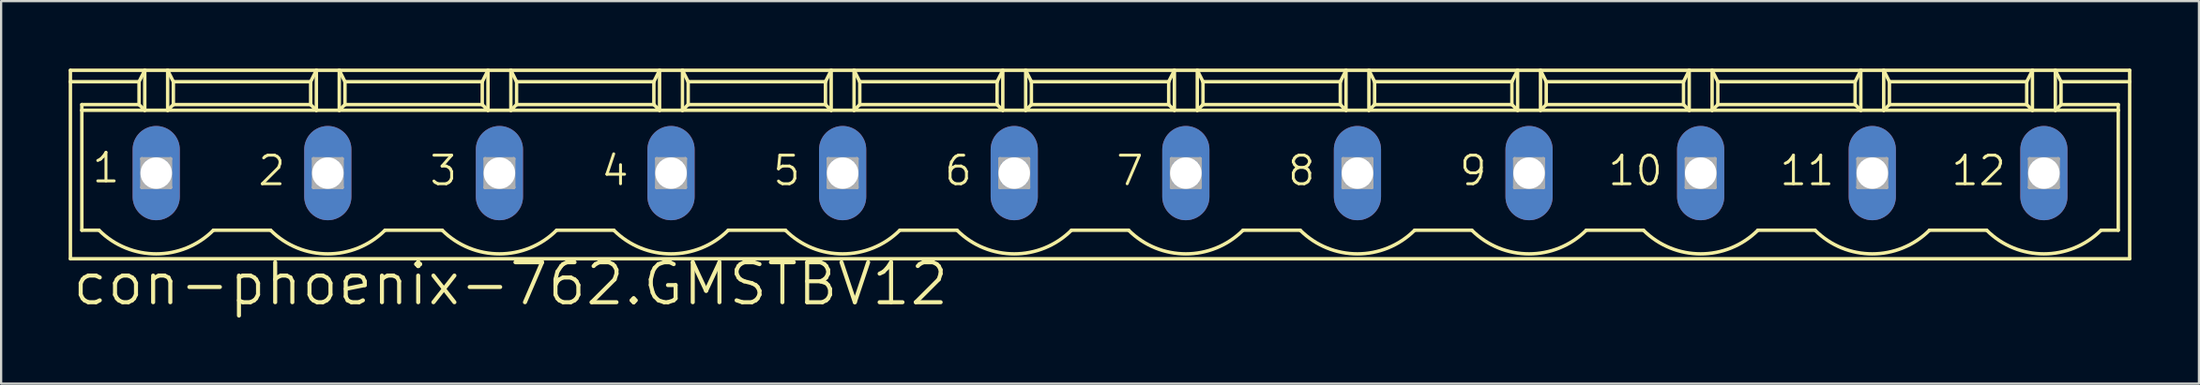
<source format=kicad_pcb>
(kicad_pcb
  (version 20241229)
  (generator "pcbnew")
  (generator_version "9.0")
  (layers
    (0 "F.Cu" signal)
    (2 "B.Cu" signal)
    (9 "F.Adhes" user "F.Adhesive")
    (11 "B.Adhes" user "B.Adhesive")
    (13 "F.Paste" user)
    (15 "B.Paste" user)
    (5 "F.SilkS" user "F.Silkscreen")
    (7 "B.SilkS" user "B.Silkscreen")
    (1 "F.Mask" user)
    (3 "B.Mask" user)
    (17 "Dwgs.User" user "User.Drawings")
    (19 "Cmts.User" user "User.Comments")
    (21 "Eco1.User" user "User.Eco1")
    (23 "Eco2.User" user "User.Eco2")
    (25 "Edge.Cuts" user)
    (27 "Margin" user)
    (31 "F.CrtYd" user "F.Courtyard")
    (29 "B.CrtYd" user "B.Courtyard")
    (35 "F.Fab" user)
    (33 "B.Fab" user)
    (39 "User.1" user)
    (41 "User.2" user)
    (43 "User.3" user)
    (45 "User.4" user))
  (footprint "con-phoenix-762.GMSTBV12"
    (layer "F.Cu")
    (at 45.796 4.648)
    (property "Reference" "con-phoenix-762.GMSTBV12" (at -45.72 5.969 0) (layer "F.SilkS") (effects (font (size 1.778 1.778) (thickness 0.18)) (justify left bottom)))
    (attr through_hole)
    (fp_line (start -45.72 -4.572) (end -42.418 -4.572) (stroke (width 0.152) (type default)) (layer "F.SilkS"))
    (fp_line (start -45.72 -4.064) (end -45.72 -4.572) (stroke (width 0.152) (type default)) (layer "F.SilkS"))
    (fp_line (start -45.72 -4.064) (end -42.672 -4.064) (stroke (width 0.152) (type default)) (layer "F.SilkS"))
    (fp_line (start -45.72 3.81) (end -45.72 -4.064) (stroke (width 0.152) (type default)) (layer "F.SilkS"))
    (fp_line (start -45.212 -3.048) (end -42.672 -3.048) (stroke (width 0.152) (type default)) (layer "F.SilkS"))
    (fp_line (start -45.212 -2.794) (end -45.212 -3.048) (stroke (width 0.152) (type default)) (layer "F.SilkS"))
    (fp_line (start -45.212 -2.794) (end -42.418 -2.794) (stroke (width 0.152) (type default)) (layer "F.SilkS"))
    (fp_line (start -45.212 2.54) (end -45.212 -2.794) (stroke (width 0.152) (type default)) (layer "F.SilkS"))
    (fp_line (start -44.45 2.54) (end -45.212 2.54) (stroke (width 0.152) (type default)) (layer "F.SilkS"))
    (fp_line (start -42.672 -4.064) (end -42.418 -4.572) (stroke (width 0.152) (type default)) (layer "F.SilkS"))
    (fp_line (start -42.672 -3.048) (end -42.672 -4.064) (stroke (width 0.152) (type default)) (layer "F.SilkS"))
    (fp_line (start -42.672 -3.048) (end -42.418 -2.794) (stroke (width 0.152) (type default)) (layer "F.SilkS"))
    (fp_line (start -42.418 -4.572) (end -41.402 -4.572) (stroke (width 0.152) (type default)) (layer "F.SilkS"))
    (fp_line (start -42.418 -2.794) (end -42.418 -4.572) (stroke (width 0.152) (type default)) (layer "F.SilkS"))
    (fp_line (start -42.418 -2.794) (end -41.402 -2.794) (stroke (width 0.152) (type default)) (layer "F.SilkS"))
    (fp_line (start -41.402 -4.572) (end -41.148 -4.064) (stroke (width 0.152) (type default)) (layer "F.SilkS"))
    (fp_line (start -41.402 -4.572) (end -34.798 -4.572) (stroke (width 0.152) (type default)) (layer "F.SilkS"))
    (fp_line (start -41.402 -2.794) (end -41.402 -4.572) (stroke (width 0.152) (type default)) (layer "F.SilkS"))
    (fp_line (start -41.402 -2.794) (end -34.798 -2.794) (stroke (width 0.152) (type default)) (layer "F.SilkS"))
    (fp_line (start -41.148 -4.064) (end -41.148 -3.048) (stroke (width 0.152) (type default)) (layer "F.SilkS"))
    (fp_line (start -41.148 -4.064) (end -35.052 -4.064) (stroke (width 0.152) (type default)) (layer "F.SilkS"))
    (fp_line (start -41.148 -3.048) (end -41.402 -2.794) (stroke (width 0.152) (type default)) (layer "F.SilkS"))
    (fp_line (start -36.83 2.54) (end -39.37 2.54) (stroke (width 0.152) (type default)) (layer "F.SilkS"))
    (fp_line (start -35.052 -4.064) (end -35.052 -3.048) (stroke (width 0.152) (type default)) (layer "F.SilkS"))
    (fp_line (start -35.052 -4.064) (end -34.798 -4.572) (stroke (width 0.152) (type default)) (layer "F.SilkS"))
    (fp_line (start -35.052 -3.048) (end -41.148 -3.048) (stroke (width 0.152) (type default)) (layer "F.SilkS"))
    (fp_line (start -35.052 -3.048) (end -34.798 -2.794) (stroke (width 0.152) (type default)) (layer "F.SilkS"))
    (fp_line (start -34.798 -4.572) (end -33.782 -4.572) (stroke (width 0.152) (type default)) (layer "F.SilkS"))
    (fp_line (start -34.798 -2.794) (end -34.798 -4.572) (stroke (width 0.152) (type default)) (layer "F.SilkS"))
    (fp_line (start -34.798 -2.794) (end -33.782 -2.794) (stroke (width 0.152) (type default)) (layer "F.SilkS"))
    (fp_line (start -33.782 -4.572) (end -33.528 -4.064) (stroke (width 0.152) (type default)) (layer "F.SilkS"))
    (fp_line (start -33.782 -4.572) (end -27.178 -4.572) (stroke (width 0.152) (type default)) (layer "F.SilkS"))
    (fp_line (start -33.782 -2.794) (end -33.782 -4.572) (stroke (width 0.152) (type default)) (layer "F.SilkS"))
    (fp_line (start -33.782 -2.794) (end -27.178 -2.794) (stroke (width 0.152) (type default)) (layer "F.SilkS"))
    (fp_line (start -33.528 -4.064) (end -33.528 -3.048) (stroke (width 0.152) (type default)) (layer "F.SilkS"))
    (fp_line (start -33.528 -4.064) (end -27.432 -4.064) (stroke (width 0.152) (type default)) (layer "F.SilkS"))
    (fp_line (start -33.528 -3.048) (end -33.782 -2.794) (stroke (width 0.152) (type default)) (layer "F.SilkS"))
    (fp_line (start -33.528 -3.048) (end -27.432 -3.048) (stroke (width 0.152) (type default)) (layer "F.SilkS"))
    (fp_line (start -29.21 2.54) (end -31.75 2.54) (stroke (width 0.152) (type default)) (layer "F.SilkS"))
    (fp_line (start -27.432 -4.064) (end -27.178 -4.572) (stroke (width 0.152) (type default)) (layer "F.SilkS"))
    (fp_line (start -27.432 -3.048) (end -27.432 -4.064) (stroke (width 0.152) (type default)) (layer "F.SilkS"))
    (fp_line (start -27.432 -3.048) (end -27.178 -2.794) (stroke (width 0.152) (type default)) (layer "F.SilkS"))
    (fp_line (start -27.178 -4.572) (end -26.162 -4.572) (stroke (width 0.152) (type default)) (layer "F.SilkS"))
    (fp_line (start -27.178 -2.794) (end -27.178 -4.572) (stroke (width 0.152) (type default)) (layer "F.SilkS"))
    (fp_line (start -27.178 -2.794) (end -26.162 -2.794) (stroke (width 0.152) (type default)) (layer "F.SilkS"))
    (fp_line (start -26.162 -4.572) (end -25.908 -4.064) (stroke (width 0.152) (type default)) (layer "F.SilkS"))
    (fp_line (start -26.162 -4.572) (end -19.558 -4.572) (stroke (width 0.152) (type default)) (layer "F.SilkS"))
    (fp_line (start -26.162 -2.794) (end -26.162 -4.572) (stroke (width 0.152) (type default)) (layer "F.SilkS"))
    (fp_line (start -26.162 -2.794) (end -19.558 -2.794) (stroke (width 0.152) (type default)) (layer "F.SilkS"))
    (fp_line (start -25.908 -4.064) (end -25.908 -3.048) (stroke (width 0.152) (type default)) (layer "F.SilkS"))
    (fp_line (start -25.908 -4.064) (end -19.812 -4.064) (stroke (width 0.152) (type default)) (layer "F.SilkS"))
    (fp_line (start -25.908 -3.048) (end -26.162 -2.794) (stroke (width 0.152) (type default)) (layer "F.SilkS"))
    (fp_line (start -21.59 2.54) (end -24.13 2.54) (stroke (width 0.152) (type default)) (layer "F.SilkS"))
    (fp_line (start -19.812 -4.064) (end -19.812 -3.048) (stroke (width 0.152) (type default)) (layer "F.SilkS"))
    (fp_line (start -19.812 -4.064) (end -19.558 -4.572) (stroke (width 0.152) (type default)) (layer "F.SilkS"))
    (fp_line (start -19.812 -3.048) (end -25.908 -3.048) (stroke (width 0.152) (type default)) (layer "F.SilkS"))
    (fp_line (start -19.812 -3.048) (end -19.558 -2.794) (stroke (width 0.152) (type default)) (layer "F.SilkS"))
    (fp_line (start -19.558 -4.572) (end -18.542 -4.572) (stroke (width 0.152) (type default)) (layer "F.SilkS"))
    (fp_line (start -19.558 -2.794) (end -19.558 -4.572) (stroke (width 0.152) (type default)) (layer "F.SilkS"))
    (fp_line (start -19.558 -2.794) (end -18.542 -2.794) (stroke (width 0.152) (type default)) (layer "F.SilkS"))
    (fp_line (start -18.542 -4.572) (end -18.288 -4.064) (stroke (width 0.152) (type default)) (layer "F.SilkS"))
    (fp_line (start -18.542 -4.572) (end -11.938 -4.572) (stroke (width 0.152) (type default)) (layer "F.SilkS"))
    (fp_line (start -18.542 -2.794) (end -18.542 -4.572) (stroke (width 0.152) (type default)) (layer "F.SilkS"))
    (fp_line (start -18.542 -2.794) (end -11.938 -2.794) (stroke (width 0.152) (type default)) (layer "F.SilkS"))
    (fp_line (start -18.288 -4.064) (end -18.288 -3.048) (stroke (width 0.152) (type default)) (layer "F.SilkS"))
    (fp_line (start -18.288 -4.064) (end -12.192 -4.064) (stroke (width 0.152) (type default)) (layer "F.SilkS"))
    (fp_line (start -18.288 -3.048) (end -18.542 -2.794) (stroke (width 0.152) (type default)) (layer "F.SilkS"))
    (fp_line (start -18.288 -3.048) (end -12.192 -3.048) (stroke (width 0.152) (type default)) (layer "F.SilkS"))
    (fp_line (start -13.97 2.54) (end -16.51 2.54) (stroke (width 0.152) (type default)) (layer "F.SilkS"))
    (fp_line (start -12.192 -4.064) (end -12.192 -3.048) (stroke (width 0.152) (type default)) (layer "F.SilkS"))
    (fp_line (start -12.192 -4.064) (end -11.938 -4.572) (stroke (width 0.152) (type default)) (layer "F.SilkS"))
    (fp_line (start -12.192 -3.048) (end -11.938 -2.794) (stroke (width 0.152) (type default)) (layer "F.SilkS"))
    (fp_line (start -11.938 -4.572) (end -10.922 -4.572) (stroke (width 0.152) (type default)) (layer "F.SilkS"))
    (fp_line (start -11.938 -2.794) (end -11.938 -4.572) (stroke (width 0.152) (type default)) (layer "F.SilkS"))
    (fp_line (start -11.938 -2.794) (end -10.922 -2.794) (stroke (width 0.152) (type default)) (layer "F.SilkS"))
    (fp_line (start -10.922 -4.572) (end -10.668 -4.064) (stroke (width 0.152) (type default)) (layer "F.SilkS"))
    (fp_line (start -10.922 -4.572) (end -4.318 -4.572) (stroke (width 0.152) (type default)) (layer "F.SilkS"))
    (fp_line (start -10.922 -2.794) (end -10.922 -4.572) (stroke (width 0.152) (type default)) (layer "F.SilkS"))
    (fp_line (start -10.922 -2.794) (end -4.318 -2.794) (stroke (width 0.152) (type default)) (layer "F.SilkS"))
    (fp_line (start -10.668 -4.064) (end -10.668 -3.048) (stroke (width 0.152) (type default)) (layer "F.SilkS"))
    (fp_line (start -10.668 -4.064) (end -4.572 -4.064) (stroke (width 0.152) (type default)) (layer "F.SilkS"))
    (fp_line (start -10.668 -3.048) (end -10.922 -2.794) (stroke (width 0.152) (type default)) (layer "F.SilkS"))
    (fp_line (start -10.668 -3.048) (end -4.572 -3.048) (stroke (width 0.152) (type default)) (layer "F.SilkS"))
    (fp_line (start -6.35 2.54) (end -8.89 2.54) (stroke (width 0.152) (type default)) (layer "F.SilkS"))
    (fp_line (start -4.572 -4.064) (end -4.572 -3.048) (stroke (width 0.152) (type default)) (layer "F.SilkS"))
    (fp_line (start -4.572 -4.064) (end -4.318 -4.572) (stroke (width 0.152) (type default)) (layer "F.SilkS"))
    (fp_line (start -4.572 -3.048) (end -4.318 -2.794) (stroke (width 0.152) (type default)) (layer "F.SilkS"))
    (fp_line (start -4.318 -4.572) (end -3.302 -4.572) (stroke (width 0.152) (type default)) (layer "F.SilkS"))
    (fp_line (start -4.318 -2.794) (end -4.318 -4.572) (stroke (width 0.152) (type default)) (layer "F.SilkS"))
    (fp_line (start -4.318 -2.794) (end -3.302 -2.794) (stroke (width 0.152) (type default)) (layer "F.SilkS"))
    (fp_line (start -3.302 -4.572) (end -3.048 -4.064) (stroke (width 0.152) (type default)) (layer "F.SilkS"))
    (fp_line (start -3.302 -4.572) (end 3.302 -4.572) (stroke (width 0.152) (type default)) (layer "F.SilkS"))
    (fp_line (start -3.302 -2.794) (end -3.302 -4.572) (stroke (width 0.152) (type default)) (layer "F.SilkS"))
    (fp_line (start -3.302 -2.794) (end 3.302 -2.794) (stroke (width 0.152) (type default)) (layer "F.SilkS"))
    (fp_line (start -3.048 -4.064) (end -3.048 -3.048) (stroke (width 0.152) (type default)) (layer "F.SilkS"))
    (fp_line (start -3.048 -4.064) (end 3.048 -4.064) (stroke (width 0.152) (type default)) (layer "F.SilkS"))
    (fp_line (start -3.048 -3.048) (end -3.302 -2.794) (stroke (width 0.152) (type default)) (layer "F.SilkS"))
    (fp_line (start -3.048 -3.048) (end 3.048 -3.048) (stroke (width 0.152) (type default)) (layer "F.SilkS"))
    (fp_line (start 1.27 2.54) (end -1.27 2.54) (stroke (width 0.152) (type default)) (layer "F.SilkS"))
    (fp_line (start 3.048 -4.064) (end 3.048 -3.048) (stroke (width 0.152) (type default)) (layer "F.SilkS"))
    (fp_line (start 3.048 -4.064) (end 3.302 -4.572) (stroke (width 0.152) (type default)) (layer "F.SilkS"))
    (fp_line (start 3.048 -3.048) (end 3.302 -2.794) (stroke (width 0.152) (type default)) (layer "F.SilkS"))
    (fp_line (start 3.302 -4.572) (end 4.318 -4.572) (stroke (width 0.152) (type default)) (layer "F.SilkS"))
    (fp_line (start 3.302 -2.794) (end 3.302 -4.572) (stroke (width 0.152) (type default)) (layer "F.SilkS"))
    (fp_line (start 3.302 -2.794) (end 4.318 -2.794) (stroke (width 0.152) (type default)) (layer "F.SilkS"))
    (fp_line (start 4.318 -4.572) (end 4.572 -4.064) (stroke (width 0.152) (type default)) (layer "F.SilkS"))
    (fp_line (start 4.318 -4.572) (end 10.922 -4.572) (stroke (width 0.152) (type default)) (layer "F.SilkS"))
    (fp_line (start 4.318 -2.794) (end 4.318 -4.572) (stroke (width 0.152) (type default)) (layer "F.SilkS"))
    (fp_line (start 4.318 -2.794) (end 10.922 -2.794) (stroke (width 0.152) (type default)) (layer "F.SilkS"))
    (fp_line (start 4.572 -4.064) (end 4.572 -3.048) (stroke (width 0.152) (type default)) (layer "F.SilkS"))
    (fp_line (start 4.572 -4.064) (end 10.668 -4.064) (stroke (width 0.152) (type default)) (layer "F.SilkS"))
    (fp_line (start 4.572 -3.048) (end 4.318 -2.794) (stroke (width 0.152) (type default)) (layer "F.SilkS"))
    (fp_line (start 4.572 -3.048) (end 10.668 -3.048) (stroke (width 0.152) (type default)) (layer "F.SilkS"))
    (fp_line (start 8.89 2.54) (end 6.35 2.54) (stroke (width 0.152) (type default)) (layer "F.SilkS"))
    (fp_line (start 10.668 -4.064) (end 10.668 -3.048) (stroke (width 0.152) (type default)) (layer "F.SilkS"))
    (fp_line (start 10.668 -4.064) (end 10.922 -4.572) (stroke (width 0.152) (type default)) (layer "F.SilkS"))
    (fp_line (start 10.668 -3.048) (end 10.922 -2.794) (stroke (width 0.152) (type default)) (layer "F.SilkS"))
    (fp_line (start 10.922 -4.572) (end 11.938 -4.572) (stroke (width 0.152) (type default)) (layer "F.SilkS"))
    (fp_line (start 10.922 -2.794) (end 10.922 -4.572) (stroke (width 0.152) (type default)) (layer "F.SilkS"))
    (fp_line (start 10.922 -2.794) (end 11.938 -2.794) (stroke (width 0.152) (type default)) (layer "F.SilkS"))
    (fp_line (start 11.938 -4.572) (end 12.192 -4.064) (stroke (width 0.152) (type default)) (layer "F.SilkS"))
    (fp_line (start 11.938 -4.572) (end 18.542 -4.572) (stroke (width 0.152) (type default)) (layer "F.SilkS"))
    (fp_line (start 11.938 -2.794) (end 11.938 -4.572) (stroke (width 0.152) (type default)) (layer "F.SilkS"))
    (fp_line (start 11.938 -2.794) (end 18.542 -2.794) (stroke (width 0.152) (type default)) (layer "F.SilkS"))
    (fp_line (start 12.192 -4.064) (end 12.192 -3.048) (stroke (width 0.152) (type default)) (layer "F.SilkS"))
    (fp_line (start 12.192 -4.064) (end 18.288 -4.064) (stroke (width 0.152) (type default)) (layer "F.SilkS"))
    (fp_line (start 12.192 -3.048) (end 11.938 -2.794) (stroke (width 0.152) (type default)) (layer "F.SilkS"))
    (fp_line (start 12.192 -3.048) (end 18.288 -3.048) (stroke (width 0.152) (type default)) (layer "F.SilkS"))
    (fp_line (start 16.51 2.54) (end 13.97 2.54) (stroke (width 0.152) (type default)) (layer "F.SilkS"))
    (fp_line (start 18.288 -4.064) (end 18.288 -3.048) (stroke (width 0.152) (type default)) (layer "F.SilkS"))
    (fp_line (start 18.288 -4.064) (end 18.542 -4.572) (stroke (width 0.152) (type default)) (layer "F.SilkS"))
    (fp_line (start 18.288 -3.048) (end 18.542 -2.794) (stroke (width 0.152) (type default)) (layer "F.SilkS"))
    (fp_line (start 18.542 -4.572) (end 19.558 -4.572) (stroke (width 0.152) (type default)) (layer "F.SilkS"))
    (fp_line (start 18.542 -2.794) (end 18.542 -4.572) (stroke (width 0.152) (type default)) (layer "F.SilkS"))
    (fp_line (start 18.542 -2.794) (end 19.558 -2.794) (stroke (width 0.152) (type default)) (layer "F.SilkS"))
    (fp_line (start 19.558 -4.572) (end 19.812 -4.064) (stroke (width 0.152) (type default)) (layer "F.SilkS"))
    (fp_line (start 19.558 -4.572) (end 26.162 -4.572) (stroke (width 0.152) (type default)) (layer "F.SilkS"))
    (fp_line (start 19.558 -2.794) (end 19.558 -4.572) (stroke (width 0.152) (type default)) (layer "F.SilkS"))
    (fp_line (start 19.558 -2.794) (end 26.162 -2.794) (stroke (width 0.152) (type default)) (layer "F.SilkS"))
    (fp_line (start 19.812 -4.064) (end 19.812 -3.048) (stroke (width 0.152) (type default)) (layer "F.SilkS"))
    (fp_line (start 19.812 -4.064) (end 25.908 -4.064) (stroke (width 0.152) (type default)) (layer "F.SilkS"))
    (fp_line (start 19.812 -3.048) (end 19.558 -2.794) (stroke (width 0.152) (type default)) (layer "F.SilkS"))
    (fp_line (start 19.812 -3.048) (end 25.908 -3.048) (stroke (width 0.152) (type default)) (layer "F.SilkS"))
    (fp_line (start 24.13 2.54) (end 21.59 2.54) (stroke (width 0.152) (type default)) (layer "F.SilkS"))
    (fp_line (start 25.908 -4.064) (end 25.908 -3.048) (stroke (width 0.152) (type default)) (layer "F.SilkS"))
    (fp_line (start 25.908 -4.064) (end 26.162 -4.572) (stroke (width 0.152) (type default)) (layer "F.SilkS"))
    (fp_line (start 25.908 -3.048) (end 26.162 -2.794) (stroke (width 0.152) (type default)) (layer "F.SilkS"))
    (fp_line (start 26.162 -4.572) (end 27.178 -4.572) (stroke (width 0.152) (type default)) (layer "F.SilkS"))
    (fp_line (start 26.162 -2.794) (end 26.162 -4.572) (stroke (width 0.152) (type default)) (layer "F.SilkS"))
    (fp_line (start 26.162 -2.794) (end 27.178 -2.794) (stroke (width 0.152) (type default)) (layer "F.SilkS"))
    (fp_line (start 27.178 -4.572) (end 27.432 -4.064) (stroke (width 0.152) (type default)) (layer "F.SilkS"))
    (fp_line (start 27.178 -4.572) (end 33.782 -4.572) (stroke (width 0.152) (type default)) (layer "F.SilkS"))
    (fp_line (start 27.178 -2.794) (end 27.178 -4.572) (stroke (width 0.152) (type default)) (layer "F.SilkS"))
    (fp_line (start 27.178 -2.794) (end 33.782 -2.794) (stroke (width 0.152) (type default)) (layer "F.SilkS"))
    (fp_line (start 27.432 -4.064) (end 27.432 -3.048) (stroke (width 0.152) (type default)) (layer "F.SilkS"))
    (fp_line (start 27.432 -4.064) (end 33.528 -4.064) (stroke (width 0.152) (type default)) (layer "F.SilkS"))
    (fp_line (start 27.432 -3.048) (end 27.178 -2.794) (stroke (width 0.152) (type default)) (layer "F.SilkS"))
    (fp_line (start 27.432 -3.048) (end 33.528 -3.048) (stroke (width 0.152) (type default)) (layer "F.SilkS"))
    (fp_line (start 31.75 2.54) (end 29.21 2.54) (stroke (width 0.152) (type default)) (layer "F.SilkS"))
    (fp_line (start 33.528 -4.064) (end 33.528 -3.048) (stroke (width 0.152) (type default)) (layer "F.SilkS"))
    (fp_line (start 33.528 -4.064) (end 33.782 -4.572) (stroke (width 0.152) (type default)) (layer "F.SilkS"))
    (fp_line (start 33.528 -3.048) (end 33.782 -2.794) (stroke (width 0.152) (type default)) (layer "F.SilkS"))
    (fp_line (start 33.782 -4.572) (end 34.798 -4.572) (stroke (width 0.152) (type default)) (layer "F.SilkS"))
    (fp_line (start 33.782 -2.794) (end 33.782 -4.572) (stroke (width 0.152) (type default)) (layer "F.SilkS"))
    (fp_line (start 33.782 -2.794) (end 34.798 -2.794) (stroke (width 0.152) (type default)) (layer "F.SilkS"))
    (fp_line (start 34.798 -4.572) (end 35.052 -4.064) (stroke (width 0.152) (type default)) (layer "F.SilkS"))
    (fp_line (start 34.798 -4.572) (end 41.402 -4.572) (stroke (width 0.152) (type default)) (layer "F.SilkS"))
    (fp_line (start 34.798 -2.794) (end 34.798 -4.572) (stroke (width 0.152) (type default)) (layer "F.SilkS"))
    (fp_line (start 34.798 -2.794) (end 41.402 -2.794) (stroke (width 0.152) (type default)) (layer "F.SilkS"))
    (fp_line (start 35.052 -4.064) (end 35.052 -3.048) (stroke (width 0.152) (type default)) (layer "F.SilkS"))
    (fp_line (start 35.052 -4.064) (end 41.148 -4.064) (stroke (width 0.152) (type default)) (layer "F.SilkS"))
    (fp_line (start 35.052 -3.048) (end 34.798 -2.794) (stroke (width 0.152) (type default)) (layer "F.SilkS"))
    (fp_line (start 35.052 -3.048) (end 41.148 -3.048) (stroke (width 0.152) (type default)) (layer "F.SilkS"))
    (fp_line (start 39.37 2.54) (end 36.83 2.54) (stroke (width 0.152) (type default)) (layer "F.SilkS"))
    (fp_line (start 41.148 -4.064) (end 41.148 -3.048) (stroke (width 0.152) (type default)) (layer "F.SilkS"))
    (fp_line (start 41.148 -4.064) (end 41.402 -4.572) (stroke (width 0.152) (type default)) (layer "F.SilkS"))
    (fp_line (start 41.148 -3.048) (end 41.402 -2.794) (stroke (width 0.152) (type default)) (layer "F.SilkS"))
    (fp_line (start 41.402 -4.572) (end 42.418 -4.572) (stroke (width 0.152) (type default)) (layer "F.SilkS"))
    (fp_line (start 41.402 -2.794) (end 41.402 -4.572) (stroke (width 0.152) (type default)) (layer "F.SilkS"))
    (fp_line (start 41.402 -2.794) (end 42.418 -2.794) (stroke (width 0.152) (type default)) (layer "F.SilkS"))
    (fp_line (start 42.418 -4.572) (end 42.672 -4.064) (stroke (width 0.152) (type default)) (layer "F.SilkS"))
    (fp_line (start 42.418 -4.572) (end 45.72 -4.572) (stroke (width 0.152) (type default)) (layer "F.SilkS"))
    (fp_line (start 42.418 -2.794) (end 42.418 -4.572) (stroke (width 0.152) (type default)) (layer "F.SilkS"))
    (fp_line (start 42.418 -2.794) (end 45.212 -2.794) (stroke (width 0.152) (type default)) (layer "F.SilkS"))
    (fp_line (start 42.672 -4.064) (end 42.672 -3.048) (stroke (width 0.152) (type default)) (layer "F.SilkS"))
    (fp_line (start 42.672 -4.064) (end 45.72 -4.064) (stroke (width 0.152) (type default)) (layer "F.SilkS"))
    (fp_line (start 42.672 -3.048) (end 42.418 -2.794) (stroke (width 0.152) (type default)) (layer "F.SilkS"))
    (fp_line (start 42.672 -3.048) (end 45.212 -3.048) (stroke (width 0.152) (type default)) (layer "F.SilkS"))
    (fp_line (start 45.212 -3.048) (end 45.212 -2.794) (stroke (width 0.152) (type default)) (layer "F.SilkS"))
    (fp_line (start 45.212 -2.794) (end 45.212 2.54) (stroke (width 0.152) (type default)) (layer "F.SilkS"))
    (fp_line (start 45.212 2.54) (end 44.45 2.54) (stroke (width 0.152) (type default)) (layer "F.SilkS"))
    (fp_line (start 45.72 -4.064) (end 45.72 -4.572) (stroke (width 0.152) (type default)) (layer "F.SilkS"))
    (fp_line (start 45.72 3.81) (end -45.72 3.81) (stroke (width 0.152) (type default)) (layer "F.SilkS"))
    (fp_line (start 45.72 3.81) (end 45.72 -4.064) (stroke (width 0.152) (type default)) (layer "F.SilkS"))
    (fp_arc (start -39.37 2.54) (mid -41.91 3.592102) (end -44.45 2.54) (stroke (width 0.1524) (type default)) (layer "F.SilkS"))
    (fp_arc (start -31.75 2.54) (mid -34.29 3.592102) (end -36.83 2.54) (stroke (width 0.1524) (type default)) (layer "F.SilkS"))
    (fp_arc (start -24.13 2.54) (mid -26.67 3.592102) (end -29.21 2.54) (stroke (width 0.1524) (type default)) (layer "F.SilkS"))
    (fp_arc (start -16.51 2.54) (mid -19.05 3.592102) (end -21.59 2.54) (stroke (width 0.1524) (type default)) (layer "F.SilkS"))
    (fp_arc (start -8.89 2.54) (mid -11.43 3.592102) (end -13.97 2.54) (stroke (width 0.1524) (type default)) (layer "F.SilkS"))
    (fp_arc (start -1.27 2.54) (mid -3.81 3.592102) (end -6.35 2.54) (stroke (width 0.1524) (type default)) (layer "F.SilkS"))
    (fp_arc (start 6.35 2.54) (mid 3.81 3.592102) (end 1.27 2.54) (stroke (width 0.1524) (type default)) (layer "F.SilkS"))
    (fp_arc (start 13.97 2.54) (mid 11.43 3.592102) (end 8.89 2.54) (stroke (width 0.1524) (type default)) (layer "F.SilkS"))
    (fp_arc (start 21.59 2.54) (mid 19.05 3.592102) (end 16.51 2.54) (stroke (width 0.1524) (type default)) (layer "F.SilkS"))
    (fp_arc (start 29.21 2.54) (mid 26.67 3.592102) (end 24.13 2.54) (stroke (width 0.1524) (type default)) (layer "F.SilkS"))
    (fp_arc (start 36.83 2.54) (mid 34.29 3.592102) (end 31.75 2.54) (stroke (width 0.1524) (type default)) (layer "F.SilkS"))
    (fp_arc (start 44.45 2.54) (mid 41.91 3.592102) (end 39.37 2.54) (stroke (width 0.1524) (type default)) (layer "F.SilkS"))
    (fp_line (start -42.545 -0.635) (end -42.545 0.635) (stroke (width 0.152) (type default)) (layer "F.Fab"))
    (fp_line (start -42.545 -0.635) (end -41.275 0.635) (stroke (width 0.152) (type default)) (layer "F.Fab"))
    (fp_line (start -42.545 0.635) (end -41.275 -0.635) (stroke (width 0.152) (type default)) (layer "F.Fab"))
    (fp_line (start -42.545 0.635) (end -41.275 0.635) (stroke (width 0.152) (type default)) (layer "F.Fab"))
    (fp_line (start -41.275 -0.635) (end -42.545 -0.635) (stroke (width 0.152) (type default)) (layer "F.Fab"))
    (fp_line (start -41.275 0.635) (end -41.275 -0.635) (stroke (width 0.152) (type default)) (layer "F.Fab"))
    (fp_line (start -34.925 -0.635) (end -34.925 0.635) (stroke (width 0.152) (type default)) (layer "F.Fab"))
    (fp_line (start -34.925 -0.635) (end -33.655 0.635) (stroke (width 0.152) (type default)) (layer "F.Fab"))
    (fp_line (start -34.925 0.635) (end -33.655 -0.635) (stroke (width 0.152) (type default)) (layer "F.Fab"))
    (fp_line (start -34.925 0.635) (end -33.655 0.635) (stroke (width 0.152) (type default)) (layer "F.Fab"))
    (fp_line (start -33.655 -0.635) (end -34.925 -0.635) (stroke (width 0.152) (type default)) (layer "F.Fab"))
    (fp_line (start -33.655 0.635) (end -33.655 -0.635) (stroke (width 0.152) (type default)) (layer "F.Fab"))
    (fp_line (start -27.305 -0.635) (end -27.305 0.635) (stroke (width 0.152) (type default)) (layer "F.Fab"))
    (fp_line (start -27.305 -0.635) (end -26.035 0.635) (stroke (width 0.152) (type default)) (layer "F.Fab"))
    (fp_line (start -27.305 0.635) (end -26.035 -0.635) (stroke (width 0.152) (type default)) (layer "F.Fab"))
    (fp_line (start -27.305 0.635) (end -26.035 0.635) (stroke (width 0.152) (type default)) (layer "F.Fab"))
    (fp_line (start -26.035 -0.635) (end -27.305 -0.635) (stroke (width 0.152) (type default)) (layer "F.Fab"))
    (fp_line (start -26.035 0.635) (end -26.035 -0.635) (stroke (width 0.152) (type default)) (layer "F.Fab"))
    (fp_line (start -19.685 -0.635) (end -19.685 0.635) (stroke (width 0.152) (type default)) (layer "F.Fab"))
    (fp_line (start -19.685 -0.635) (end -18.415 0.635) (stroke (width 0.152) (type default)) (layer "F.Fab"))
    (fp_line (start -19.685 0.635) (end -18.415 -0.635) (stroke (width 0.152) (type default)) (layer "F.Fab"))
    (fp_line (start -19.685 0.635) (end -18.415 0.635) (stroke (width 0.152) (type default)) (layer "F.Fab"))
    (fp_line (start -18.415 -0.635) (end -19.685 -0.635) (stroke (width 0.152) (type default)) (layer "F.Fab"))
    (fp_line (start -18.415 0.635) (end -18.415 -0.635) (stroke (width 0.152) (type default)) (layer "F.Fab"))
    (fp_line (start -12.065 -0.635) (end -12.065 0.635) (stroke (width 0.152) (type default)) (layer "F.Fab"))
    (fp_line (start -12.065 -0.635) (end -10.795 0.635) (stroke (width 0.152) (type default)) (layer "F.Fab"))
    (fp_line (start -12.065 0.635) (end -10.795 -0.635) (stroke (width 0.152) (type default)) (layer "F.Fab"))
    (fp_line (start -12.065 0.635) (end -10.795 0.635) (stroke (width 0.152) (type default)) (layer "F.Fab"))
    (fp_line (start -10.795 -0.635) (end -12.065 -0.635) (stroke (width 0.152) (type default)) (layer "F.Fab"))
    (fp_line (start -10.795 0.635) (end -10.795 -0.635) (stroke (width 0.152) (type default)) (layer "F.Fab"))
    (fp_line (start -4.445 -0.635) (end -4.445 0.635) (stroke (width 0.152) (type default)) (layer "F.Fab"))
    (fp_line (start -4.445 -0.635) (end -3.175 0.635) (stroke (width 0.152) (type default)) (layer "F.Fab"))
    (fp_line (start -4.445 0.635) (end -3.175 -0.635) (stroke (width 0.152) (type default)) (layer "F.Fab"))
    (fp_line (start -4.445 0.635) (end -3.175 0.635) (stroke (width 0.152) (type default)) (layer "F.Fab"))
    (fp_line (start -3.175 -0.635) (end -4.445 -0.635) (stroke (width 0.152) (type default)) (layer "F.Fab"))
    (fp_line (start -3.175 0.635) (end -3.175 -0.635) (stroke (width 0.152) (type default)) (layer "F.Fab"))
    (fp_line (start 3.175 -0.635) (end 3.175 0.635) (stroke (width 0.152) (type default)) (layer "F.Fab"))
    (fp_line (start 3.175 -0.635) (end 4.445 0.635) (stroke (width 0.152) (type default)) (layer "F.Fab"))
    (fp_line (start 3.175 0.635) (end 4.445 -0.635) (stroke (width 0.152) (type default)) (layer "F.Fab"))
    (fp_line (start 3.175 0.635) (end 4.445 0.635) (stroke (width 0.152) (type default)) (layer "F.Fab"))
    (fp_line (start 4.445 -0.635) (end 3.175 -0.635) (stroke (width 0.152) (type default)) (layer "F.Fab"))
    (fp_line (start 4.445 0.635) (end 4.445 -0.635) (stroke (width 0.152) (type default)) (layer "F.Fab"))
    (fp_line (start 10.795 -0.635) (end 10.795 0.635) (stroke (width 0.152) (type default)) (layer "F.Fab"))
    (fp_line (start 10.795 -0.635) (end 12.065 0.635) (stroke (width 0.152) (type default)) (layer "F.Fab"))
    (fp_line (start 10.795 0.635) (end 12.065 -0.635) (stroke (width 0.152) (type default)) (layer "F.Fab"))
    (fp_line (start 10.795 0.635) (end 12.065 0.635) (stroke (width 0.152) (type default)) (layer "F.Fab"))
    (fp_line (start 12.065 -0.635) (end 10.795 -0.635) (stroke (width 0.152) (type default)) (layer "F.Fab"))
    (fp_line (start 12.065 0.635) (end 12.065 -0.635) (stroke (width 0.152) (type default)) (layer "F.Fab"))
    (fp_line (start 18.415 -0.635) (end 18.415 0.635) (stroke (width 0.152) (type default)) (layer "F.Fab"))
    (fp_line (start 18.415 -0.635) (end 19.685 0.635) (stroke (width 0.152) (type default)) (layer "F.Fab"))
    (fp_line (start 18.415 0.635) (end 19.685 -0.635) (stroke (width 0.152) (type default)) (layer "F.Fab"))
    (fp_line (start 18.415 0.635) (end 19.685 0.635) (stroke (width 0.152) (type default)) (layer "F.Fab"))
    (fp_line (start 19.685 -0.635) (end 18.415 -0.635) (stroke (width 0.152) (type default)) (layer "F.Fab"))
    (fp_line (start 19.685 0.635) (end 19.685 -0.635) (stroke (width 0.152) (type default)) (layer "F.Fab"))
    (fp_line (start 26.035 -0.635) (end 26.035 0.635) (stroke (width 0.152) (type default)) (layer "F.Fab"))
    (fp_line (start 26.035 -0.635) (end 27.305 0.635) (stroke (width 0.152) (type default)) (layer "F.Fab"))
    (fp_line (start 26.035 0.635) (end 27.305 -0.635) (stroke (width 0.152) (type default)) (layer "F.Fab"))
    (fp_line (start 26.035 0.635) (end 27.305 0.635) (stroke (width 0.152) (type default)) (layer "F.Fab"))
    (fp_line (start 27.305 -0.635) (end 26.035 -0.635) (stroke (width 0.152) (type default)) (layer "F.Fab"))
    (fp_line (start 27.305 0.635) (end 27.305 -0.635) (stroke (width 0.152) (type default)) (layer "F.Fab"))
    (fp_line (start 33.655 -0.635) (end 33.655 0.635) (stroke (width 0.152) (type default)) (layer "F.Fab"))
    (fp_line (start 33.655 -0.635) (end 34.925 0.635) (stroke (width 0.152) (type default)) (layer "F.Fab"))
    (fp_line (start 33.655 0.635) (end 34.925 -0.635) (stroke (width 0.152) (type default)) (layer "F.Fab"))
    (fp_line (start 33.655 0.635) (end 34.925 0.635) (stroke (width 0.152) (type default)) (layer "F.Fab"))
    (fp_line (start 34.925 -0.635) (end 33.655 -0.635) (stroke (width 0.152) (type default)) (layer "F.Fab"))
    (fp_line (start 34.925 0.635) (end 34.925 -0.635) (stroke (width 0.152) (type default)) (layer "F.Fab"))
    (fp_line (start 41.275 -0.635) (end 41.275 0.635) (stroke (width 0.152) (type default)) (layer "F.Fab"))
    (fp_line (start 41.275 -0.635) (end 42.545 0.635) (stroke (width 0.152) (type default)) (layer "F.Fab"))
    (fp_line (start 41.275 0.635) (end 42.545 -0.635) (stroke (width 0.152) (type default)) (layer "F.Fab"))
    (fp_line (start 41.275 0.635) (end 42.545 0.635) (stroke (width 0.152) (type default)) (layer "F.Fab"))
    (fp_line (start 42.545 -0.635) (end 41.275 -0.635) (stroke (width 0.152) (type default)) (layer "F.Fab"))
    (fp_line (start 42.545 0.635) (end 42.545 -0.635) (stroke (width 0.152) (type default)) (layer "F.Fab"))
    (fp_text user "2" (at -37.465 0.635 0) (layer "F.SilkS") (effects (font (size 1.27 1.27) (thickness 0.13)) (justify left bottom)))
    (fp_text user "5" (at -14.605 0.635 0) (layer "F.SilkS") (effects (font (size 1.27 1.27) (thickness 0.13)) (justify left bottom)))
    (fp_text user "6" (at -6.985 0.635 0) (layer "F.SilkS") (effects (font (size 1.27 1.27) (thickness 0.13)) (justify left bottom)))
    (fp_text user "12" (at 37.719 0.635 0) (layer "F.SilkS") (effects (font (size 1.27 1.27) (thickness 0.13)) (justify left bottom)))
    (fp_text user "4" (at -22.225 0.635 0) (layer "F.SilkS") (effects (font (size 1.27 1.27) (thickness 0.13)) (justify left bottom)))
    (fp_text user "1" (at -44.831 0.508 0) (layer "F.SilkS") (effects (font (size 1.27 1.27) (thickness 0.13)) (justify left bottom)))
    (fp_text user "8" (at 8.255 0.635 0) (layer "F.SilkS") (effects (font (size 1.27 1.27) (thickness 0.13)) (justify left bottom)))
    (fp_text user "7" (at 0.635 0.635 0) (layer "F.SilkS") (effects (font (size 1.27 1.27) (thickness 0.13)) (justify left bottom)))
    (fp_text user "11" (at 30.099 0.635 0) (layer "F.SilkS") (effects (font (size 1.27 1.27) (thickness 0.13)) (justify left bottom)))
    (fp_text user "10" (at 22.479 0.635 0) (layer "F.SilkS") (effects (font (size 1.27 1.27) (thickness 0.13)) (justify left bottom)))
    (fp_text user "9" (at 15.875 0.635 0) (layer "F.SilkS") (effects (font (size 1.27 1.27) (thickness 0.13)) (justify left bottom)))
    (fp_text user "3" (at -29.845 0.635 0) (layer "F.SilkS") (effects (font (size 1.27 1.27) (thickness 0.13)) (justify left bottom)))
    (pad "1" thru_hole oval (at -41.91 0 90) (size 4.191 2.095) (drill 1.397) (layers "*.Cu" "*.Mask"))
    (pad "2" thru_hole oval (at -34.29 0 90) (size 4.191 2.095) (drill 1.397) (layers "*.Cu" "*.Mask"))
    (pad "3" thru_hole oval (at -26.67 0 90) (size 4.191 2.095) (drill 1.397) (layers "*.Cu" "*.Mask"))
    (pad "4" thru_hole oval (at -19.05 0 90) (size 4.191 2.095) (drill 1.397) (layers "*.Cu" "*.Mask"))
    (pad "5" thru_hole oval (at -11.43 0 90) (size 4.191 2.095) (drill 1.397) (layers "*.Cu" "*.Mask"))
    (pad "6" thru_hole oval (at -3.81 0 90) (size 4.191 2.095) (drill 1.397) (layers "*.Cu" "*.Mask"))
    (pad "7" thru_hole oval (at 3.81 0 90) (size 4.191 2.095) (drill 1.397) (layers "*.Cu" "*.Mask"))
    (pad "8" thru_hole oval (at 11.43 0 90) (size 4.191 2.095) (drill 1.397) (layers "*.Cu" "*.Mask"))
    (pad "9" thru_hole oval (at 19.05 0 90) (size 4.191 2.095) (drill 1.397) (layers "*.Cu" "*.Mask"))
    (pad "10" thru_hole oval (at 26.67 0 90) (size 4.191 2.095) (drill 1.397) (layers "*.Cu" "*.Mask"))
    (pad "11" thru_hole oval (at 34.29 0 90) (size 4.191 2.095) (drill 1.397) (layers "*.Cu" "*.Mask"))
    (pad "12" thru_hole oval (at 41.91 0 90) (size 4.191 2.095) (drill 1.397) (layers "*.Cu" "*.Mask")))
  (gr_rect
    (start -3 -3)
    (end 94.592 14.011)
    (stroke (width 0.1) (type default))
    (fill no)
    (layer "Edge.Cuts")))
</source>
